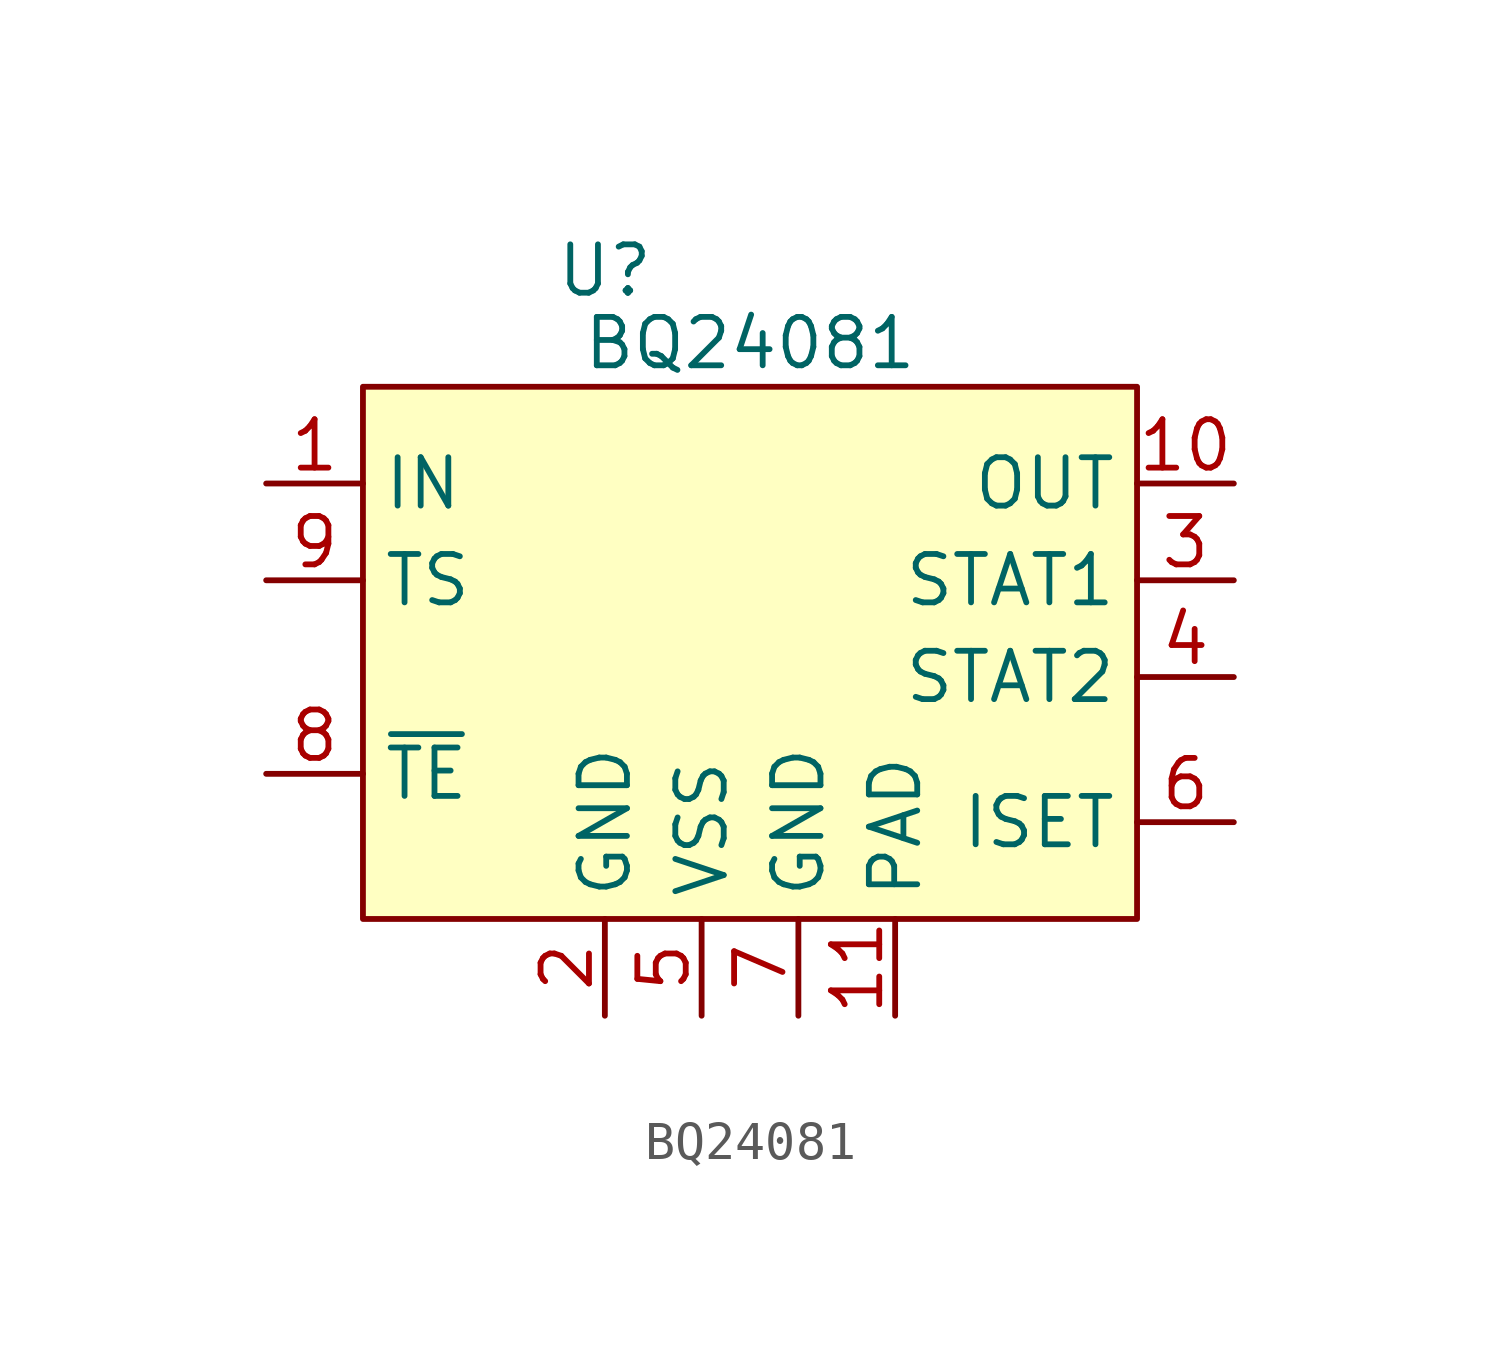
<source format=kicad_sym>
(kicad_symbol_lib
  (version 20231120)
  (generator "kicad_symbol_editor")
  (generator_version "8.0")
  (symbol "BQ24081"
    (property "Reference" "U"
      (at -3.81 3.048 0)
      (effects (font (size 1.27 1.27))))
    (property "Value" "BQ24081"
      (at 0 1.143 0)
      (effects (font (size 1.27 1.27))))
    (symbol "BQ24081_0_1"
      (rectangle (start -10.16 0) (end 10.16 -13.97) (stroke (width 0) (type default)) (fill (type background))))
    (symbol "BQ24081_1_1"
      (pin power_in line (at -12.7 -2.54 0) (length 2.54) (name "IN" (effects (font (size 1.27 1.27)))) (number "1" (effects (font (size 1.27 1.27)))))
      (pin power_in line (at 12.7 -2.54 180) (length 2.54) (name "OUT" (effects (font (size 1.27 1.27)))) (number "10" (effects (font (size 1.27 1.27)))))
      (pin power_in line (at 3.81 -16.51 90) (length 2.54) (name "PAD" (effects (font (size 1.27 1.27)))) (number "11" (effects (font (size 1.27 1.27)))))
      (pin power_in line (at -3.81 -16.51 90) (length 2.54) (name "GND" (effects (font (size 1.27 1.27)))) (number "2" (effects (font (size 1.27 1.27)))))
      (pin input line (at 12.7 -5.08 180) (length 2.54) (name "STAT1" (effects (font (size 1.27 1.27)))) (number "3" (effects (font (size 1.27 1.27)))))
      (pin input line (at 12.7 -7.62 180) (length 2.54) (name "STAT2" (effects (font (size 1.27 1.27)))) (number "4" (effects (font (size 1.27 1.27)))))
      (pin power_in line (at -1.27 -16.51 90) (length 2.54) (name "VSS" (effects (font (size 1.27 1.27)))) (number "5" (effects (font (size 1.27 1.27)))))
      (pin output line (at 12.7 -11.43 180) (length 2.54) (name "ISET" (effects (font (size 1.27 1.27)))) (number "6" (effects (font (size 1.27 1.27)))))
      (pin power_in line (at 1.27 -16.51 90) (length 2.54) (name "GND" (effects (font (size 1.27 1.27)))) (number "7" (effects (font (size 1.27 1.27)))))
      (pin passive line (at -12.7 -10.16 0) (length 2.54) (name "~{TE}" (effects (font (size 1.27 1.27)))) (number "8" (effects (font (size 1.27 1.27)))))
      (pin passive line (at -12.7 -5.08 0) (length 2.54) (name "TS" (effects (font (size 1.27 1.27)))) (number "9" (effects (font (size 1.27 1.27))))))))
</source>
